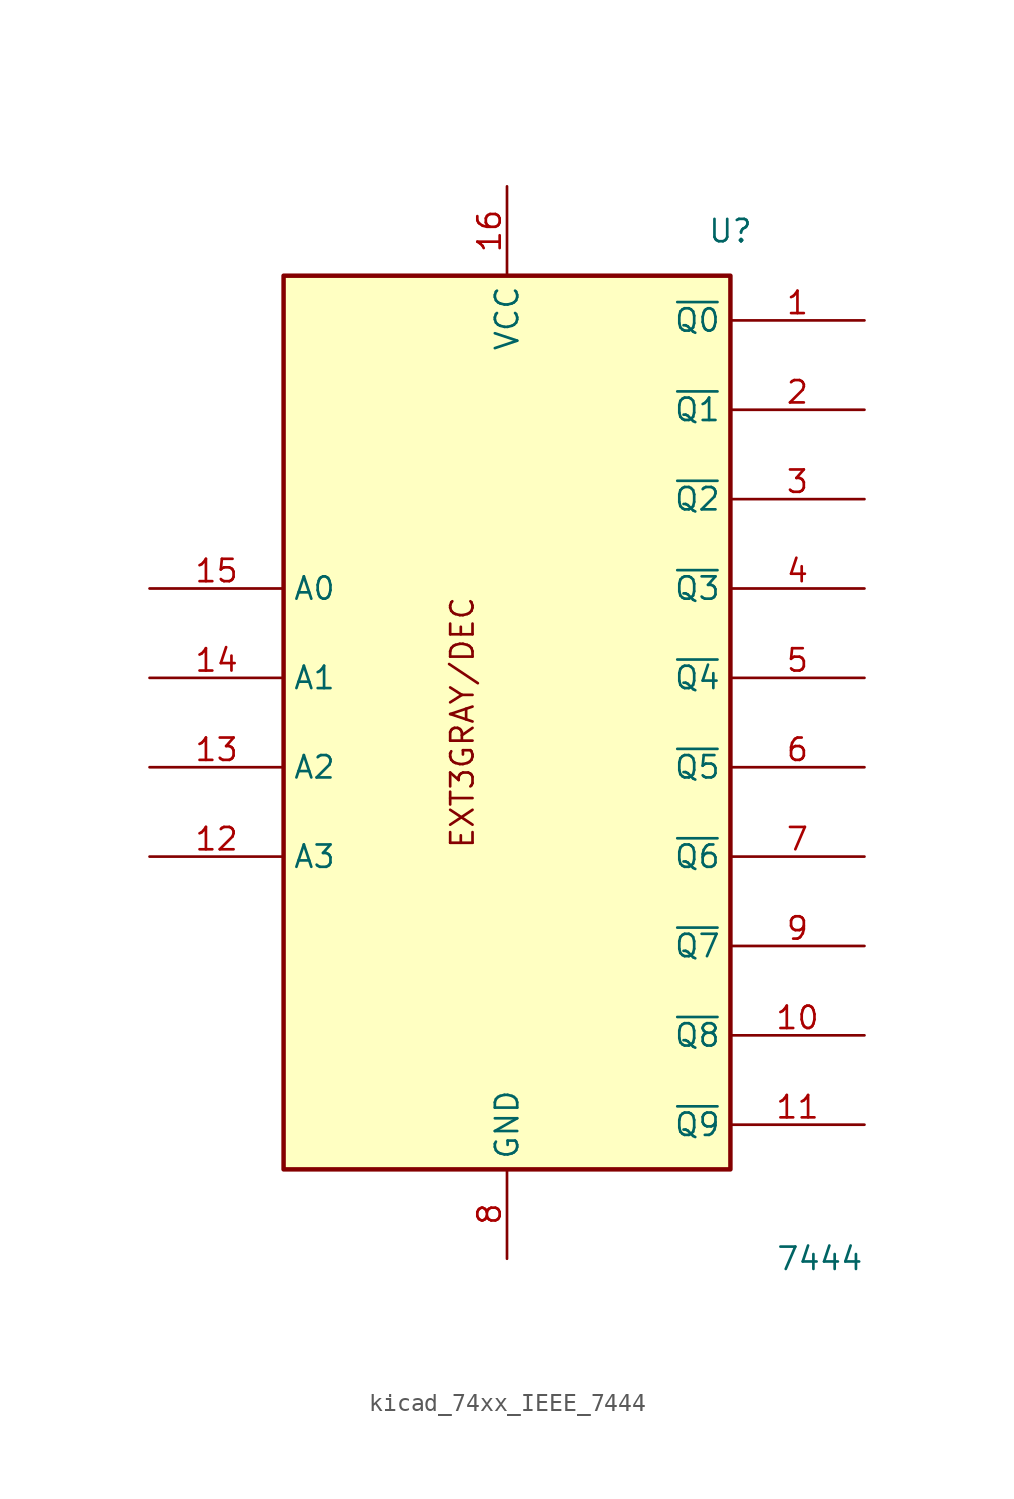
<source format=kicad_sym>
(kicad_symbol_lib
  (version 20220914)
  (generator kicad_symbol_editor)
  (symbol "kicad_74xx_IEEE_7444"
    (property "Reference" "U"
      (at 12.7 27.94 0)
      (effects (font (size 1.27 1.27))))
    (property "Value" "7444"
      (at 17.78 -30.48 0)
      (effects (font (size 1.27 1.27))))
    (symbol "kicad_74xx_IEEE_7444_0_0"
      (rectangle (start -12.7 25.4) (end 12.7 -25.4) (stroke (width 0.254) (type default)) (fill (type background)))
      (text "EXT3GRAY/DEC" (at -2.54 0 900) (effects (font (size 1.27 1.27))))
      (pin power_in line (at 0 30.48 270) (length 5.08) (name "VCC" (effects (font (size 1.27 1.27)))) (number "16" (effects (font (size 1.27 1.27)))))
      (pin power_in line (at 0 -30.48 90) (length 5.08) (name "GND" (effects (font (size 1.27 1.27)))) (number "8" (effects (font (size 1.27 1.27))))))
    (symbol "kicad_74xx_IEEE_7444_1_1"
      (pin output line (at 20.32 22.86 180) (length 7.62) (name "~{Q0}" (effects (font (size 1.27 1.27)))) (number "1" (effects (font (size 1.27 1.27)))))
      (pin output line (at 20.32 -17.78 180) (length 7.62) (name "~{Q8}" (effects (font (size 1.27 1.27)))) (number "10" (effects (font (size 1.27 1.27)))))
      (pin output line (at 20.32 -22.86 180) (length 7.62) (name "~{Q9}" (effects (font (size 1.27 1.27)))) (number "11" (effects (font (size 1.27 1.27)))))
      (pin input line (at -20.32 -7.62 0) (length 7.62) (name "A3" (effects (font (size 1.27 1.27)))) (number "12" (effects (font (size 1.27 1.27)))))
      (pin input line (at -20.32 -2.54 0) (length 7.62) (name "A2" (effects (font (size 1.27 1.27)))) (number "13" (effects (font (size 1.27 1.27)))))
      (pin input line (at -20.32 2.54 0) (length 7.62) (name "A1" (effects (font (size 1.27 1.27)))) (number "14" (effects (font (size 1.27 1.27)))))
      (pin input line (at -20.32 7.62 0) (length 7.62) (name "A0" (effects (font (size 1.27 1.27)))) (number "15" (effects (font (size 1.27 1.27)))))
      (pin output line (at 20.32 17.78 180) (length 7.62) (name "~{Q1}" (effects (font (size 1.27 1.27)))) (number "2" (effects (font (size 1.27 1.27)))))
      (pin output line (at 20.32 12.7 180) (length 7.62) (name "~{Q2}" (effects (font (size 1.27 1.27)))) (number "3" (effects (font (size 1.27 1.27)))))
      (pin output line (at 20.32 7.62 180) (length 7.62) (name "~{Q3}" (effects (font (size 1.27 1.27)))) (number "4" (effects (font (size 1.27 1.27)))))
      (pin output line (at 20.32 2.54 180) (length 7.62) (name "~{Q4}" (effects (font (size 1.27 1.27)))) (number "5" (effects (font (size 1.27 1.27)))))
      (pin output line (at 20.32 -2.54 180) (length 7.62) (name "~{Q5}" (effects (font (size 1.27 1.27)))) (number "6" (effects (font (size 1.27 1.27)))))
      (pin output line (at 20.32 -7.62 180) (length 7.62) (name "~{Q6}" (effects (font (size 1.27 1.27)))) (number "7" (effects (font (size 1.27 1.27)))))
      (pin output line (at 20.32 -12.7 180) (length 7.62) (name "~{Q7}" (effects (font (size 1.27 1.27)))) (number "9" (effects (font (size 1.27 1.27))))))))
</source>
